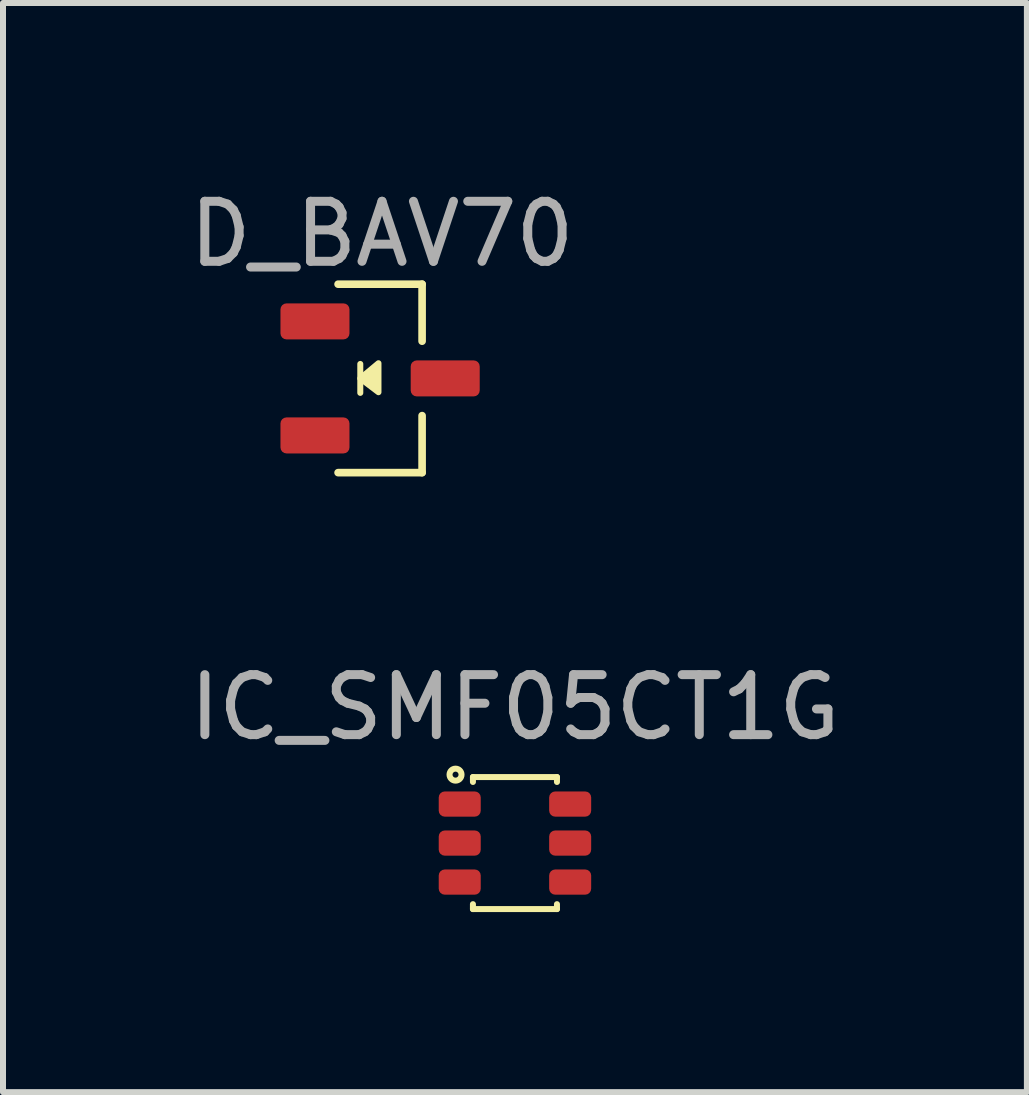
<source format=kicad_pcb>
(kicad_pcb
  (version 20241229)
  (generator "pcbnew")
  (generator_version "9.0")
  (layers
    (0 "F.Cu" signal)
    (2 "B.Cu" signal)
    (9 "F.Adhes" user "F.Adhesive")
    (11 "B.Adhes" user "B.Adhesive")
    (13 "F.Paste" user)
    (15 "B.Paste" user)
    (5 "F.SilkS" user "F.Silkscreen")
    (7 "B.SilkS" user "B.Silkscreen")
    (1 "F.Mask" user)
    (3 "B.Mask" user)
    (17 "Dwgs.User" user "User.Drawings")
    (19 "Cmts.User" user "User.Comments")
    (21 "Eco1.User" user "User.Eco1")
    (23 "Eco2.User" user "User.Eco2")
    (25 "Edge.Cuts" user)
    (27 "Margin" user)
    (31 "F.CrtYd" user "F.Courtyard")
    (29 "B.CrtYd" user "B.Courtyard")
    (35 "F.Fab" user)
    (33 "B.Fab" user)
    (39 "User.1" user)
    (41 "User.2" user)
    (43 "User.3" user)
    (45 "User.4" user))
  (footprint "D_BAV70"
    (layer "F.Cu")
    (at 3.283 3.255)
    (property "Reference" "D_BAV70" (at 0.032 -2.406 0) (layer "F.Fab") (effects (font (size 1 1) (thickness 0.15))))
    (attr smd)
    (fp_line (start -0.7 -1.57) (end 0.7 -1.57) (stroke (width 0.127) (type solid)) (layer "F.SilkS"))
    (fp_line (start -0.7 1.57) (end 0.7 1.57) (stroke (width 0.127) (type solid)) (layer "F.SilkS"))
    (fp_line (start -0.33 -0.241) (end -0.33 0.241) (stroke (width 0.1) (type solid)) (layer "F.SilkS"))
    (fp_line (start 0.7 -1.57) (end 0.7 -0.62) (stroke (width 0.127) (type solid)) (layer "F.SilkS"))
    (fp_line (start 0.7 1.57) (end 0.7 0.62) (stroke (width 0.127) (type solid)) (layer "F.SilkS"))
    (fp_poly (pts (xy -0.027 -0.253) (xy -0.33 0) (xy -0.027 0.23)) (stroke (width 0.1) (type solid)) (fill yes) (layer "F.SilkS"))
    (pad "1" smd roundrect (at -1.085 -0.95) (size 1.15 0.6) (layers "F.Cu" "F.Mask" "F.Paste") (roundrect_rratio 0.167))
    (pad "2" smd roundrect (at -1.085 0.95) (size 1.15 0.6) (layers "F.Cu" "F.Mask" "F.Paste") (roundrect_rratio 0.167))
    (pad "3" smd roundrect (at 1.085 0) (size 1.15 0.6) (layers "F.Cu" "F.Mask" "F.Paste") (roundrect_rratio 0.167)))
  (footprint "IC_SMF05CT1G"
    (layer "F.Cu")
    (at 5.53 10.997)
    (property "Reference" "IC_SMF05CT1G" (at 0 -2.261 0) (layer "F.Fab") (effects (font (size 1 1) (thickness 0.15))))
    (attr through_hole)
    (fp_line (start -0.7 -1.1) (end -0.7 -1.018) (stroke (width 0.1) (type solid)) (layer "F.SilkS"))
    (fp_line (start -0.7 -1.1) (end 0.7 -1.1) (stroke (width 0.1) (type solid)) (layer "F.SilkS"))
    (fp_line (start -0.7 1.018) (end -0.7 1.1) (stroke (width 0.1) (type solid)) (layer "F.SilkS"))
    (fp_line (start -0.7 1.1) (end 0.7 1.1) (stroke (width 0.1) (type solid)) (layer "F.SilkS"))
    (fp_line (start 0.7 -1.1) (end 0.7 -1.018) (stroke (width 0.1) (type solid)) (layer "F.SilkS"))
    (fp_line (start 0.7 1.018) (end 0.7 1.1) (stroke (width 0.1) (type solid)) (layer "F.SilkS"))
    (fp_circle (center -0.99 -1.14) (end -0.89 -1.14) (stroke (width 0.1) (type solid)) (fill no) (layer "F.SilkS"))
    (pad "1" smd roundrect (at -0.92 -0.65) (size 0.7 0.42) (layers "F.Cu" "F.Mask" "F.Paste") (roundrect_rratio 0.238))
    (pad "2" smd roundrect (at -0.92 0.000127) (size 0.7 0.42) (layers "F.Cu" "F.Mask" "F.Paste") (roundrect_rratio 0.238))
    (pad "3" smd roundrect (at -0.92 0.65) (size 0.7 0.42) (layers "F.Cu" "F.Mask" "F.Paste") (roundrect_rratio 0.238))
    (pad "4" smd roundrect (at 0.92 0.65) (size 0.7 0.42) (layers "F.Cu" "F.Mask" "F.Paste") (roundrect_rratio 0.238))
    (pad "5" smd roundrect (at 0.92 0.000127) (size 0.7 0.42) (layers "F.Cu" "F.Mask" "F.Paste") (roundrect_rratio 0.238))
    (pad "6" smd roundrect (at 0.92 -0.65) (size 0.7 0.42) (layers "F.Cu" "F.Mask" "F.Paste") (roundrect_rratio 0.238)))
  (gr_rect
    (start -3 -3)
    (end 14.06 15.147)
    (stroke (width 0.1) (type default))
    (fill no)
    (layer "Edge.Cuts")))
</source>
